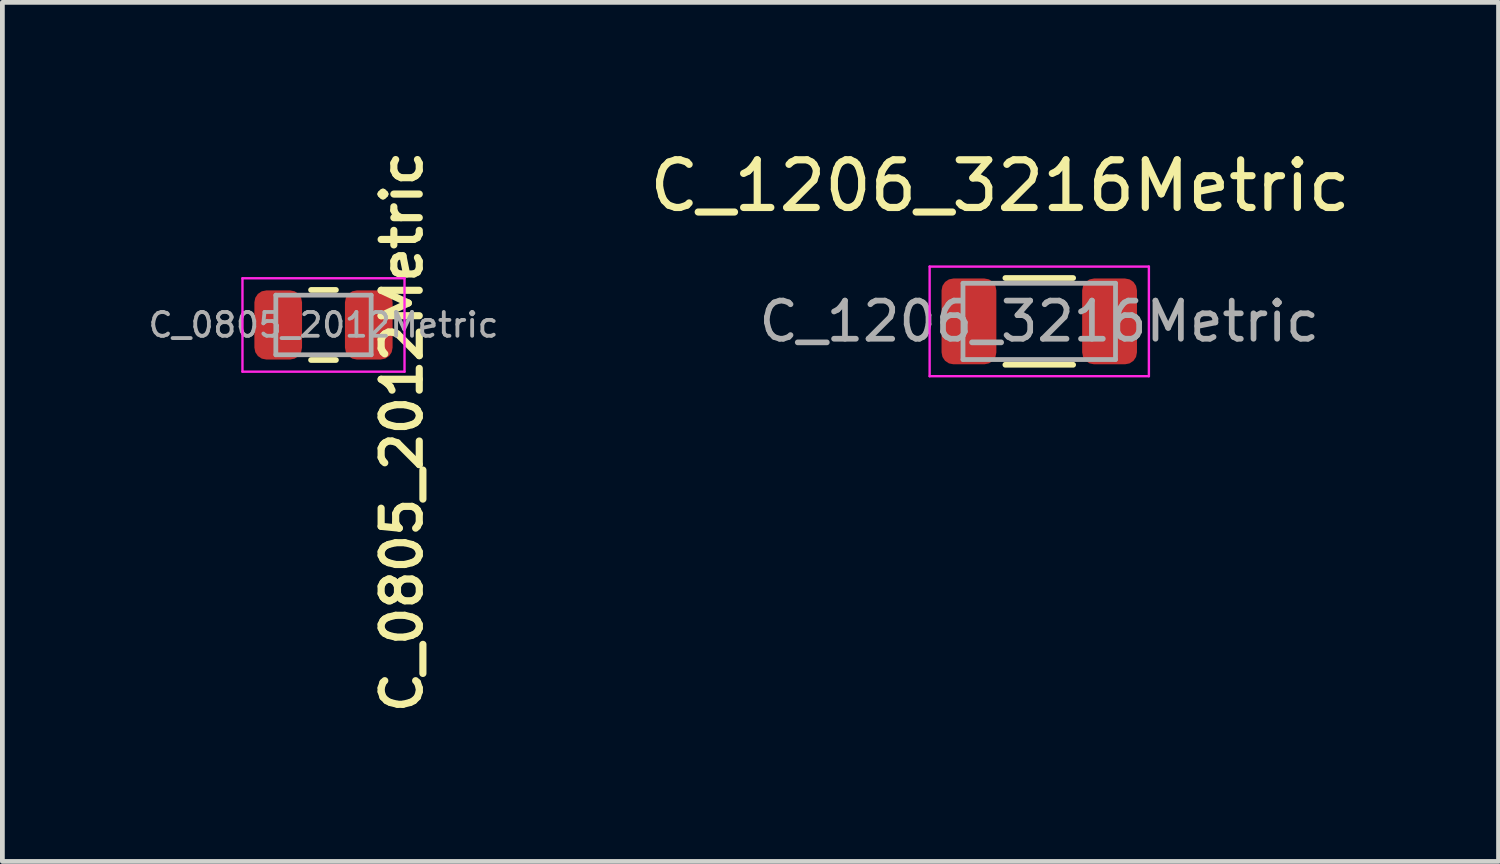
<source format=kicad_pcb>
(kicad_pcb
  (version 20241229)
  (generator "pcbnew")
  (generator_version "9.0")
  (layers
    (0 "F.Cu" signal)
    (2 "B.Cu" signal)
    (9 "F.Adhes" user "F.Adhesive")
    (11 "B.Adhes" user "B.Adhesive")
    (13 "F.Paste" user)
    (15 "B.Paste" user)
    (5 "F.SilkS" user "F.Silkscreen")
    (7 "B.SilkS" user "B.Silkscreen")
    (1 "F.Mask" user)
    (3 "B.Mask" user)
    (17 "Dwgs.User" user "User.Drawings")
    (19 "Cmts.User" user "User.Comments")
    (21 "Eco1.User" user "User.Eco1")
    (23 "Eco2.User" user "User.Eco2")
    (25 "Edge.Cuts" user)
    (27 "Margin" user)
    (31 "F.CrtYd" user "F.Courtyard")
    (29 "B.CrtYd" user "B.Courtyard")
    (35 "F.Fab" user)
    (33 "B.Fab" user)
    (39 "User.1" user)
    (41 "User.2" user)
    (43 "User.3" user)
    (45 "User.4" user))
  (footprint "C_0805_2012Metric"
    (layer "F.Cu")
    (at 3.737 3.768)
    (property "Reference" "C_0805_2012Metric" (at 1.647 2.244 270) (layer "F.SilkS") (effects (font (size 0.8 0.8) (thickness 0.15))))
    (attr smd)
    (fp_line (start -0.261 -0.735) (end 0.261 -0.735) (stroke (width 0.12) (type solid)) (layer "F.SilkS"))
    (fp_line (start -0.261 0.735) (end 0.261 0.735) (stroke (width 0.12) (type solid)) (layer "F.SilkS"))
    (fp_line (start -1.7 -0.98) (end 1.7 -0.98) (stroke (width 0.05) (type solid)) (layer "F.CrtYd"))
    (fp_line (start -1.7 0.98) (end -1.7 -0.98) (stroke (width 0.05) (type solid)) (layer "F.CrtYd"))
    (fp_line (start 1.7 -0.98) (end 1.7 0.98) (stroke (width 0.05) (type solid)) (layer "F.CrtYd"))
    (fp_line (start 1.7 0.98) (end -1.7 0.98) (stroke (width 0.05) (type solid)) (layer "F.CrtYd"))
    (fp_line (start -1 -0.625) (end 1 -0.625) (stroke (width 0.1) (type solid)) (layer "F.Fab"))
    (fp_line (start -1 0.625) (end -1 -0.625) (stroke (width 0.1) (type solid)) (layer "F.Fab"))
    (fp_line (start 1 -0.625) (end 1 0.625) (stroke (width 0.1) (type solid)) (layer "F.Fab"))
    (fp_line (start 1 0.625) (end -1 0.625) (stroke (width 0.1) (type solid)) (layer "F.Fab"))
    (fp_text user "${REFERENCE}" (at 0 0 180) (layer "F.Fab") (effects (font (size 0.5 0.5) (thickness 0.08))))
    (pad "1" smd roundrect (at -0.95 0) (size 1 1.45) (layers "F.Cu" "F.Mask" "F.Paste") (roundrect_rratio 0.25))
    (pad "2" smd roundrect (at 0.95 0) (size 1 1.45) (layers "F.Cu" "F.Mask" "F.Paste") (roundrect_rratio 0.25)))
  (footprint "C_1206_3216Metric"
    (layer "F.Cu")
    (at 18.754 3.693)
    (property "Reference" "C_1206_3216Metric" (at -0.822 -2.845 180) (layer "F.SilkS") (effects (font (size 1 1) (thickness 0.15))))
    (attr smd)
    (fp_line (start -0.711 -0.91) (end 0.711 -0.91) (stroke (width 0.12) (type solid)) (layer "F.SilkS"))
    (fp_line (start -0.711 0.91) (end 0.711 0.91) (stroke (width 0.12) (type solid)) (layer "F.SilkS"))
    (fp_line (start -2.3 -1.15) (end 2.3 -1.15) (stroke (width 0.05) (type solid)) (layer "F.CrtYd"))
    (fp_line (start -2.3 1.15) (end -2.3 -1.15) (stroke (width 0.05) (type solid)) (layer "F.CrtYd"))
    (fp_line (start 2.3 -1.15) (end 2.3 1.15) (stroke (width 0.05) (type solid)) (layer "F.CrtYd"))
    (fp_line (start 2.3 1.15) (end -2.3 1.15) (stroke (width 0.05) (type solid)) (layer "F.CrtYd"))
    (fp_line (start -1.6 -0.8) (end 1.6 -0.8) (stroke (width 0.1) (type solid)) (layer "F.Fab"))
    (fp_line (start -1.6 0.8) (end -1.6 -0.8) (stroke (width 0.1) (type solid)) (layer "F.Fab"))
    (fp_line (start 1.6 -0.8) (end 1.6 0.8) (stroke (width 0.1) (type solid)) (layer "F.Fab"))
    (fp_line (start 1.6 0.8) (end -1.6 0.8) (stroke (width 0.1) (type solid)) (layer "F.Fab"))
    (fp_text user "${REFERENCE}" (at 0 0 180) (layer "F.Fab") (effects (font (size 0.8 0.8) (thickness 0.12))))
    (pad "1" smd roundrect (at -1.475 0) (size 1.15 1.8) (layers "F.Cu" "F.Mask" "F.Paste") (roundrect_rratio 0.217))
    (pad "2" smd roundrect (at 1.475 0) (size 1.15 1.8) (layers "F.Cu" "F.Mask" "F.Paste") (roundrect_rratio 0.217)))
  (gr_rect
    (start -3 -3)
    (end 28.39 15.023)
    (stroke (width 0.1) (type default))
    (fill no)
    (layer "Edge.Cuts")))
</source>
